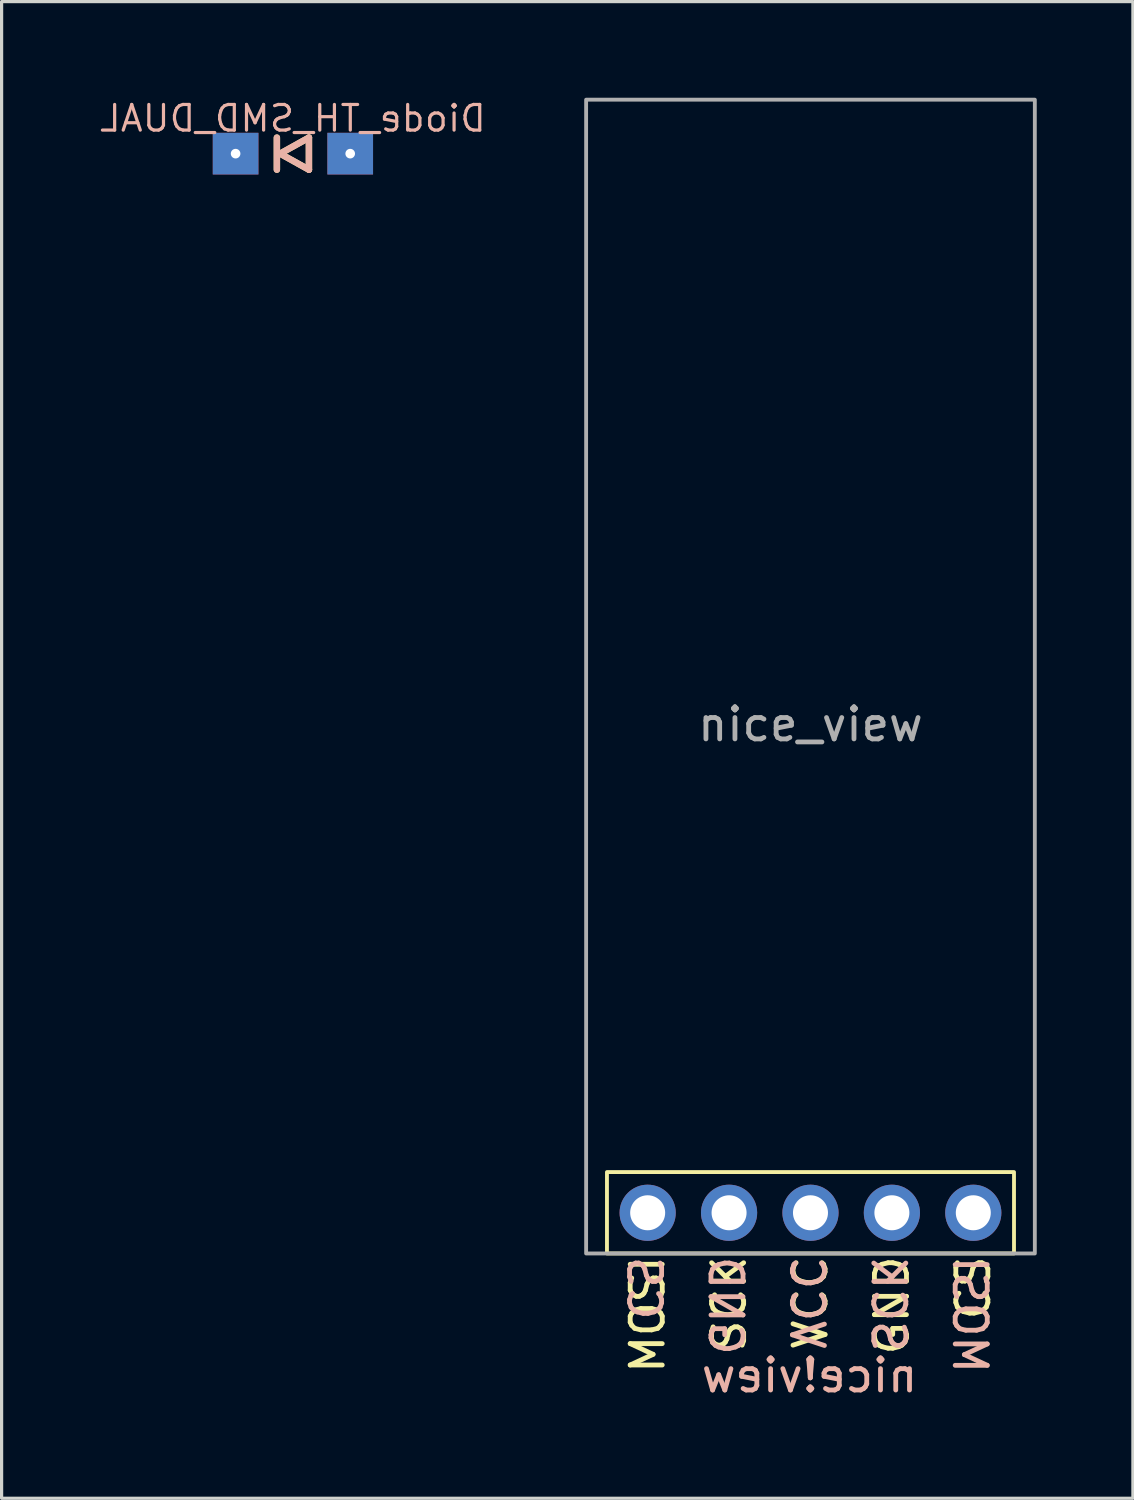
<source format=kicad_pcb>
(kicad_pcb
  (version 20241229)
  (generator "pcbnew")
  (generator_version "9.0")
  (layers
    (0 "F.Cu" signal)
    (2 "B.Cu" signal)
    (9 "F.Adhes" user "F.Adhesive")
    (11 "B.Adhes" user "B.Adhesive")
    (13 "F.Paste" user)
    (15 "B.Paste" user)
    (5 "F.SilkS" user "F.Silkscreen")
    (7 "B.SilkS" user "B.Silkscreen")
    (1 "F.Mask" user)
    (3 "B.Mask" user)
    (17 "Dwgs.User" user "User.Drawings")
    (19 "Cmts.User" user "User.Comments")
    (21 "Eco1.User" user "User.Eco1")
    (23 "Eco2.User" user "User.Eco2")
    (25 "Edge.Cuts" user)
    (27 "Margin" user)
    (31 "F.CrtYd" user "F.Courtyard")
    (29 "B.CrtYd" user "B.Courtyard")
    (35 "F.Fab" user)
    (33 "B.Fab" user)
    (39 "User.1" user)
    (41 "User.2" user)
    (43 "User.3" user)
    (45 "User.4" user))
  (footprint "nice_view"
    (layer "F.Cu")
    (at 22.238 18.28)
    (property "Reference" "nice_view" (at 0 1.27 0) (unlocked yes) (layer "F.Fab") (effects (font (size 1 1) (thickness 0.15))))
    (attr through_hole)
    (fp_rect (start -6.35 15.24) (end 6.35 17.78) (stroke (width 0.12) (type solid)) (fill no) (layer "F.SilkS"))
    (fp_rect (start 7 17.78) (end -7 -18.22) (stroke (width 0.12) (type solid)) (fill no) (layer "F.Fab"))
    (fp_text user "CS" (at 5.08 17.78 90) (unlocked yes) (layer "F.SilkS") (effects (font (size 1 1) (thickness 0.15)) (justify right)))
    (fp_text user "GND" (at 2.54 17.78 90) (unlocked yes) (layer "F.SilkS") (effects (font (size 1 1) (thickness 0.15)) (justify right)))
    (fp_text user "MOSI" (at -5.08 17.78 90) (unlocked yes) (layer "F.SilkS") (effects (font (size 1 1) (thickness 0.15)) (justify right)))
    (fp_text user "VCC" (at 0 17.78 90) (unlocked yes) (layer "F.SilkS") (effects (font (size 1 1) (thickness 0.15)) (justify right)))
    (fp_text user "SCK" (at -2.54 17.78 90) (unlocked yes) (layer "F.SilkS") (effects (font (size 1 1) (thickness 0.15)) (justify right)))
    (fp_text user "GND" (at -2.65 17.79 270) (unlocked yes) (layer "B.SilkS") (effects (font (size 1 1) (thickness 0.15)) (justify right mirror)))
    (fp_text user "CS" (at -5.19 17.79 270) (unlocked yes) (layer "B.SilkS") (effects (font (size 1 1) (thickness 0.15)) (justify right mirror)))
    (fp_text user "nice!view" (at -0.03 22.17 0) (unlocked yes) (layer "B.SilkS") (effects (font (size 1 1) (thickness 0.15)) (justify bottom mirror)))
    (fp_text user "VCC" (at -0.11 17.79 270) (unlocked yes) (layer "B.SilkS") (effects (font (size 1 1) (thickness 0.15)) (justify right mirror)))
    (fp_text user "SCK" (at 2.43 17.79 270) (unlocked yes) (layer "B.SilkS") (effects (font (size 1 1) (thickness 0.15)) (justify right mirror)))
    (fp_text user "MOSI" (at 4.97 17.79 270) (unlocked yes) (layer "B.SilkS") (effects (font (size 1 1) (thickness 0.15)) (justify right mirror)))
    (pad "1" thru_hole circle (at -5.08 16.51) (size 1.753 1.753) (drill 1.092) (layers "*.Cu" "*.Mask"))
    (pad "2" thru_hole circle (at -2.54 16.51) (size 1.753 1.753) (drill 1.092) (layers "*.Cu" "*.Mask"))
    (pad "3" thru_hole circle (at 0 16.51) (size 1.753 1.753) (drill 1.092) (layers "*.Cu" "*.Mask"))
    (pad "4" thru_hole circle (at 2.54 16.51) (size 1.753 1.753) (drill 1.092) (layers "*.Cu" "*.Mask"))
    (pad "5" thru_hole circle (at 5.08 16.51) (size 1.753 1.753) (drill 1.092) (layers "*.Cu" "*.Mask")))
  (footprint "Diode_TH_SMD_DUAL"
    (layer "F.Cu")
    (at 6.089 1.744)
    (property "Reference" "Diode_TH_SMD_DUAL" (at 0 -1.1 0) (layer "B.SilkS") (effects (font (size 0.8 0.8) (thickness 0.1) (bold yes)) (justify mirror)))
    (attr through_hole)
    (fp_line (start -0.5 -0.5) (end -0.5 0.5) (stroke (width 0.2) (type solid)) (layer "F.SilkS"))
    (fp_line (start -0.4 0) (end 0.5 -0.5) (stroke (width 0.2) (type solid)) (layer "F.SilkS"))
    (fp_line (start 0.5 -0.5) (end 0.5 0.5) (stroke (width 0.2) (type solid)) (layer "F.SilkS"))
    (fp_line (start 0.5 0.5) (end -0.4 0) (stroke (width 0.2) (type solid)) (layer "F.SilkS"))
    (fp_line (start -0.5 -0.5) (end -0.5 0.5) (stroke (width 0.2) (type solid)) (layer "B.SilkS"))
    (fp_line (start -0.4 0) (end 0.5 0.5) (stroke (width 0.2) (type solid)) (layer "B.SilkS"))
    (fp_line (start 0.5 -0.5) (end -0.4 0) (stroke (width 0.2) (type solid)) (layer "B.SilkS"))
    (fp_line (start 0.5 -0.5) (end 0.5 0.5) (stroke (width 0.2) (type solid)) (layer "B.SilkS"))
    (pad "1" thru_hole rect (at -1.788 0 180) (size 1.425 1.3) (drill 0.3) (layers "*.Cu" "*.Paste" "*.Mask"))
    (pad "2" thru_hole rect (at 1.788 0 180) (size 1.425 1.3) (drill 0.3) (layers "*.Cu" "*.Paste" "*.Mask")))
  (gr_rect
    (start -3 -3)
    (end 32.298 43.697)
    (stroke (width 0.1) (type default))
    (fill no)
    (layer "Edge.Cuts")))
</source>
